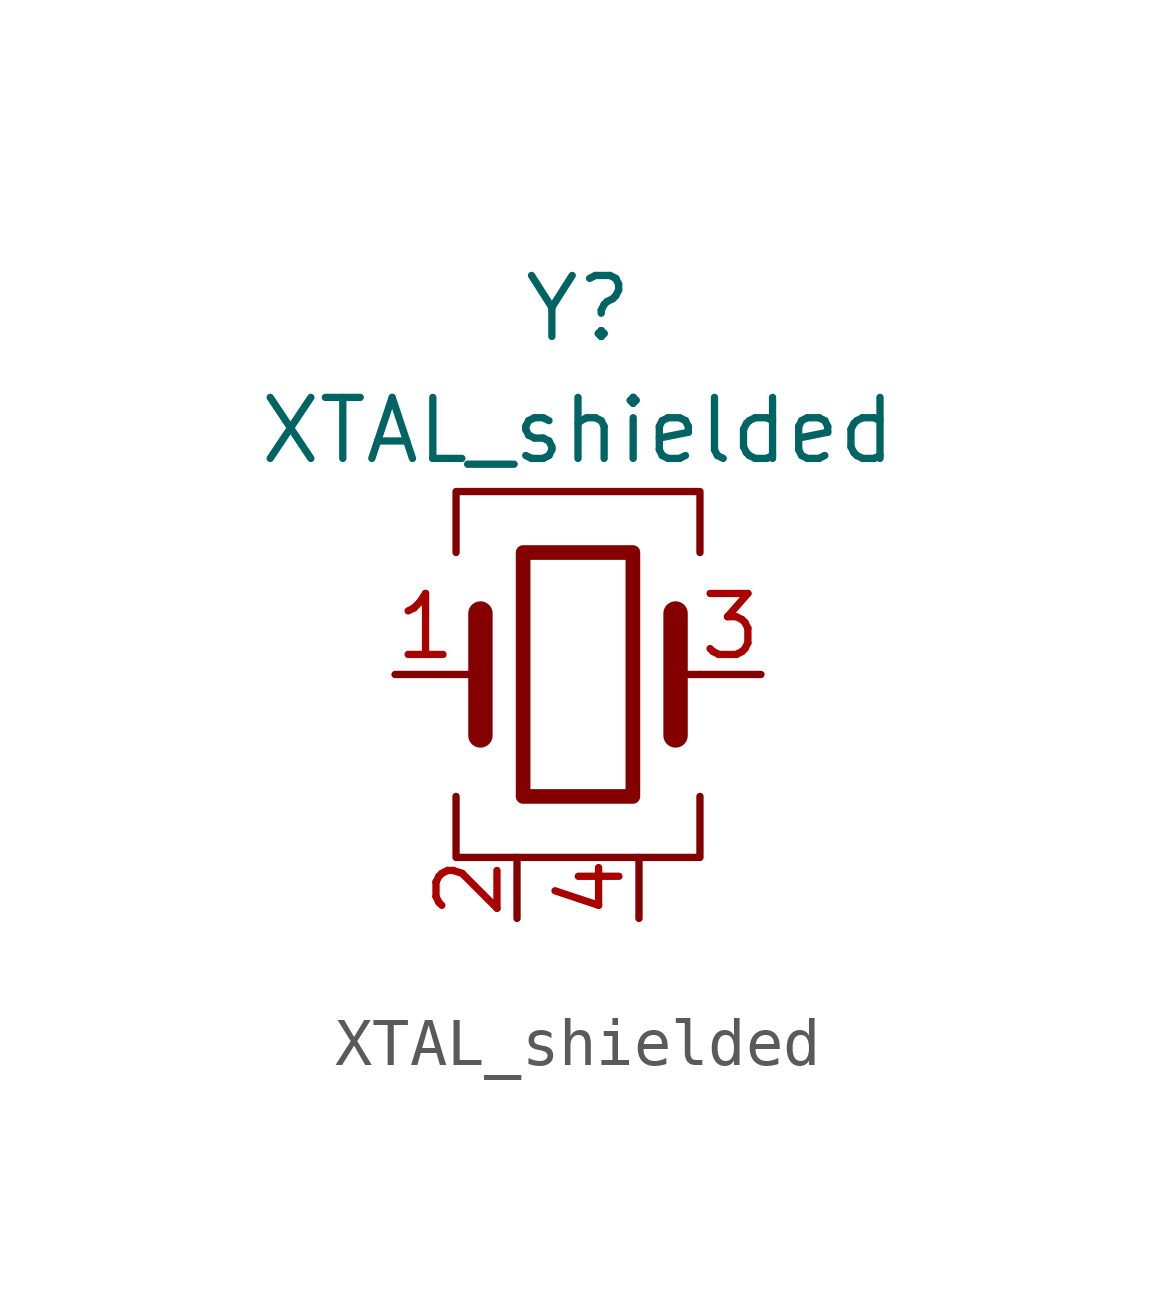
<source format=kicad_sym>
(kicad_symbol_lib
  (version 20211014)
  (generator kicad_symbol_editor)
  (symbol "XTAL_shielded"
    (pin_names
      (offset 1.016) hide)
    (property "Reference" "Y"
      (at 0 7.62 0)
      (effects (font (size 1.27 1.27))))
    (property "Value" "XTAL_shielded"
      (at 0 5.08 0)
      (effects (font (size 1.27 1.27))))
    (symbol "XTAL_shielded_0_1"
      (rectangle (start -1.143 2.54) (end 1.143 -2.54) (stroke (width 0.305) (type default) (color 0 0 0 0)) (fill (type none)))
      (polyline (pts (xy -2.54 0) (xy -2.032 0)) (stroke (width 0) (type default) (color 0 0 0 0)) (fill (type none)))
      (polyline (pts (xy -2.032 -1.27) (xy -2.032 1.27)) (stroke (width 0.508) (type default) (color 0 0 0 0)) (fill (type none)))
      (polyline (pts (xy 2.032 -1.27) (xy 2.032 1.27)) (stroke (width 0.508) (type default) (color 0 0 0 0)) (fill (type none)))
      (polyline (pts (xy 2.032 0) (xy 2.54 0)) (stroke (width 0) (type default) (color 0 0 0 0)) (fill (type none)))
      (polyline (pts (xy -2.54 -2.54) (xy -2.54 -3.81) (xy 2.54 -3.81) (xy 2.54 -2.54)) (stroke (width 0) (type default) (color 0 0 0 0)) (fill (type none)))
      (polyline (pts (xy -2.54 2.54) (xy -2.54 3.81) (xy 2.54 3.81) (xy 2.54 2.54)) (stroke (width 0) (type default) (color 0 0 0 0)) (fill (type none))))
    (symbol "XTAL_shielded_1_1"
      (pin passive line (at -3.81 0 0) (length 1.27) (name "1" (effects (font (size 1.27 1.27)))) (number "1" (effects (font (size 1.27 1.27)))))
      (pin passive line (at -1.27 -5.08 90) (length 1.27) (name "2" (effects (font (size 1.27 1.27)))) (number "2" (effects (font (size 1.27 1.27)))))
      (pin passive line (at 3.81 0 180) (length 1.27) (name "3" (effects (font (size 1.27 1.27)))) (number "3" (effects (font (size 1.27 1.27)))))
      (pin passive line (at 1.27 -5.08 90) (length 1.27) (name "4" (effects (font (size 1.27 1.27)))) (number "4" (effects (font (size 1.27 1.27))))))))
</source>
